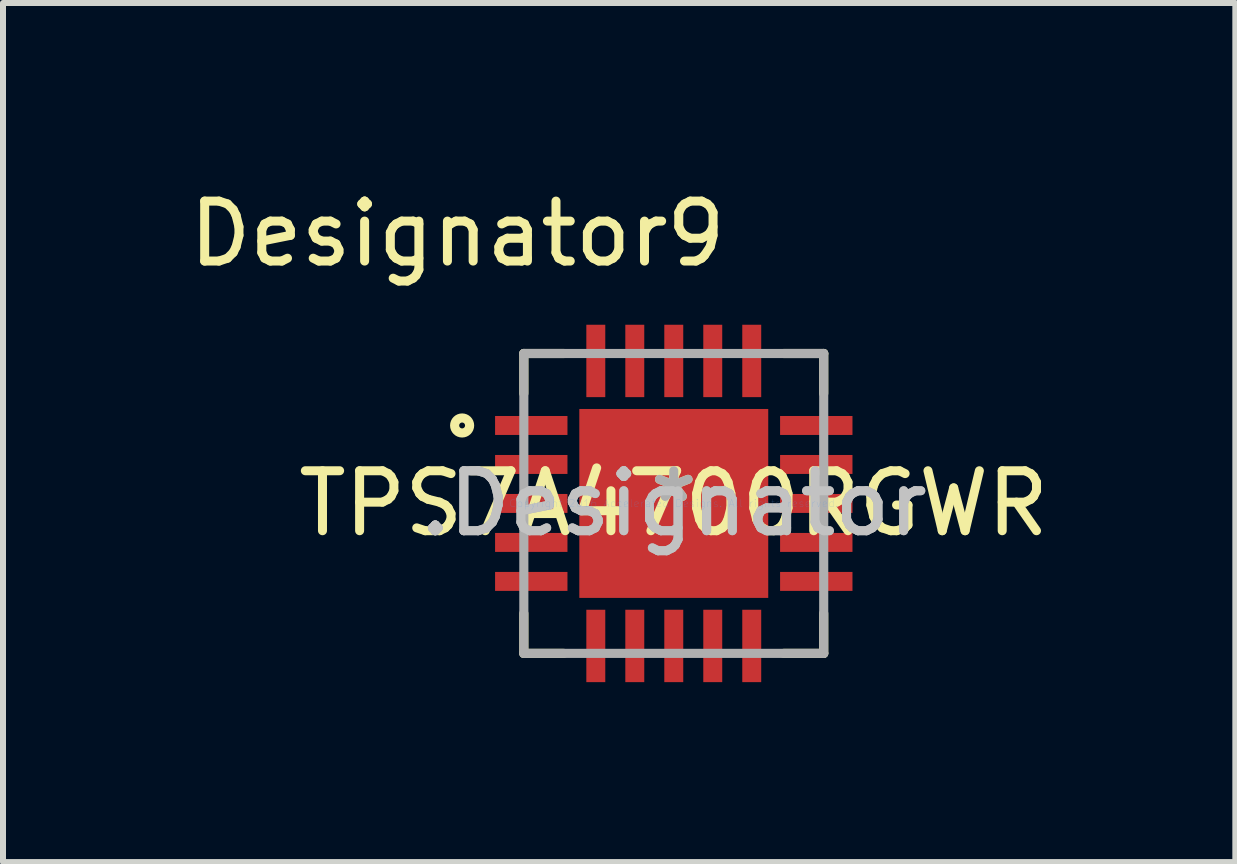
<source format=kicad_pcb>
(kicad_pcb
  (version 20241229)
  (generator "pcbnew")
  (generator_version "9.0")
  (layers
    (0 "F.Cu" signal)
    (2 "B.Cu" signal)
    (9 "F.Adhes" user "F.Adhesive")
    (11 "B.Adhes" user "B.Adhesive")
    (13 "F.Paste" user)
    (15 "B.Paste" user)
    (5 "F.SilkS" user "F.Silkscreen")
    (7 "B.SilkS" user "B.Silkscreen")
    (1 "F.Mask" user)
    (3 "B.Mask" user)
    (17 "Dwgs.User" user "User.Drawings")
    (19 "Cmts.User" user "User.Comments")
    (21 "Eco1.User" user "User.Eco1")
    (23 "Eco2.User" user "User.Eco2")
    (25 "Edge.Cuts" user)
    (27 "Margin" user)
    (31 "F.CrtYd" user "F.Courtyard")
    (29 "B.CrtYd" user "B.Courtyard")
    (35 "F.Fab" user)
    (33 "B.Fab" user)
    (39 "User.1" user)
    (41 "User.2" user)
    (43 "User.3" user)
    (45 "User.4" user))
  (footprint "TPS7A4700RGWR"
    (layer "F.Cu")
    (at 8.184 5.344)
    (property "Reference" "TPS7A4700RGWR" (at 0 0 0) (layer "F.SilkS") (effects (font (size 1 1) (thickness 0.15))))
    (attr through_hole)
    (fp_line (start -2.5 -2.5) (end -1.833 -2.5) (stroke (width 0.152) (type solid)) (layer "F.SilkS"))
    (fp_line (start -2.5 -1.833) (end -2.5 -2.5) (stroke (width 0.152) (type solid)) (layer "F.SilkS"))
    (fp_line (start -2.5 2.5) (end -2.5 1.833) (stroke (width 0.152) (type solid)) (layer "F.SilkS"))
    (fp_line (start -2.5 2.5) (end -1.833 2.5) (stroke (width 0.152) (type solid)) (layer "F.SilkS"))
    (fp_line (start 1.833 -2.5) (end 2.5 -2.5) (stroke (width 0.152) (type solid)) (layer "F.SilkS"))
    (fp_line (start 1.833 2.5) (end 2.5 2.5) (stroke (width 0.152) (type solid)) (layer "F.SilkS"))
    (fp_line (start 2.5 -1.833) (end 2.5 -2.5) (stroke (width 0.152) (type solid)) (layer "F.SilkS"))
    (fp_line (start 2.5 2.5) (end 2.5 1.833) (stroke (width 0.152) (type solid)) (layer "F.SilkS"))
    (fp_circle (center -3.529 -1.3) (end -3.404 -1.3) (stroke (width 0.152) (type solid)) (fill no) (layer "F.SilkS"))
    (fp_line (start -0.996 -0.996) (end -0.996 0.996) (stroke (width 0.152) (type solid)) (layer "F.Paste"))
    (fp_line (start -0.996 0.996) (end 0.996 0.996) (stroke (width 0.152) (type solid)) (layer "F.Paste"))
    (fp_line (start 0.996 -0.996) (end -0.996 -0.996) (stroke (width 0.152) (type solid)) (layer "F.Paste"))
    (fp_line (start 0.996 0.996) (end 0.996 -0.996) (stroke (width 0.152) (type solid)) (layer "F.Paste"))
    (fp_line (start -2.5 -2.5) (end 2.5 -2.5) (stroke (width 0.152) (type solid)) (layer "F.Fab"))
    (fp_line (start -2.5 2.5) (end -2.5 -2.5) (stroke (width 0.152) (type solid)) (layer "F.Fab"))
    (fp_line (start -2.5 2.5) (end 2.5 2.5) (stroke (width 0.152) (type solid)) (layer "F.Fab"))
    (fp_line (start 2.5 2.5) (end 2.5 -2.5) (stroke (width 0.152) (type solid)) (layer "F.Fab"))
    (fp_text user "Designator9" (at -3.607 -4.496 0) (layer "F.SilkS") (effects (font (size 1 1) (thickness 0.15))))
    (fp_text user "*" (at 0 0 0) (layer "F.SilkS") (effects (font (size 1 1) (thickness 0.15))))
    (fp_text user ".Designator" (at 0 0 0) (layer "Dwgs.User") (effects (font (size 1 1) (thickness 0.15))))
    (fp_text user "Copyright 2016 Accelerated Designs. All rights reserved." (at 0 0 0) (layer "Cmts.User") (effects (font (size 0.127 0.127) (thickness 0.002))))
    (fp_text user ".Designator" (at 0 0 0) (layer "F.Fab") (effects (font (size 1 1) (thickness 0.15))))
    (fp_text user "*" (at 0 0 0) (layer "F.Fab") (effects (font (size 1 1) (thickness 0.15))))
    (pad "1" smd rect (at -2.376 -1.3 90) (size 0.316 1.207) (layers "F.Cu" "F.Mask" "F.Paste"))
    (pad "2" smd rect (at -2.376 -0.65 90) (size 0.316 1.207) (layers "F.Cu" "F.Mask" "F.Paste"))
    (pad "3" smd rect (at -2.376 0 90) (size 0.316 1.207) (layers "F.Cu" "F.Mask" "F.Paste"))
    (pad "4" smd rect (at -2.376 0.65 90) (size 0.316 1.207) (layers "F.Cu" "F.Mask" "F.Paste"))
    (pad "5" smd rect (at -2.376 1.3 90) (size 0.316 1.207) (layers "F.Cu" "F.Mask" "F.Paste"))
    (pad "6" smd rect (at -1.3 2.376) (size 0.316 1.207) (layers "F.Cu" "F.Mask" "F.Paste"))
    (pad "7" smd rect (at -0.65 2.376) (size 0.316 1.207) (layers "F.Cu" "F.Mask" "F.Paste"))
    (pad "8" smd rect (at 0 2.376) (size 0.316 1.207) (layers "F.Cu" "F.Mask" "F.Paste"))
    (pad "9" smd rect (at 0.65 2.376) (size 0.316 1.207) (layers "F.Cu" "F.Mask" "F.Paste"))
    (pad "10" smd rect (at 1.3 2.376) (size 0.316 1.207) (layers "F.Cu" "F.Mask" "F.Paste"))
    (pad "11" smd rect (at 2.376 1.3 90) (size 0.316 1.207) (layers "F.Cu" "F.Mask" "F.Paste"))
    (pad "12" smd rect (at 2.376 0.65 90) (size 0.316 1.207) (layers "F.Cu" "F.Mask" "F.Paste"))
    (pad "13" smd rect (at 2.376 0 90) (size 0.316 1.207) (layers "F.Cu" "F.Mask" "F.Paste"))
    (pad "14" smd rect (at 2.376 -0.65 90) (size 0.316 1.207) (layers "F.Cu" "F.Mask" "F.Paste"))
    (pad "15" smd rect (at 2.376 -1.3 90) (size 0.316 1.207) (layers "F.Cu" "F.Mask" "F.Paste"))
    (pad "16" smd rect (at 1.3 -2.376) (size 0.316 1.207) (layers "F.Cu" "F.Mask" "F.Paste"))
    (pad "17" smd rect (at 0.65 -2.376) (size 0.316 1.207) (layers "F.Cu" "F.Mask" "F.Paste"))
    (pad "18" smd rect (at 0 -2.376) (size 0.316 1.207) (layers "F.Cu" "F.Mask" "F.Paste"))
    (pad "19" smd rect (at -0.65 -2.376) (size 0.316 1.207) (layers "F.Cu" "F.Mask" "F.Paste"))
    (pad "20" smd rect (at -1.3 -2.376) (size 0.316 1.207) (layers "F.Cu" "F.Mask" "F.Paste"))
    (pad "21" smd rect (at 0 0) (size 3.15 3.15) (layers "F.Cu" "F.Mask" "F.Paste")))
  (gr_rect
    (start -3 -3)
    (end 17.547 11.323)
    (stroke (width 0.1) (type default))
    (fill no)
    (layer "Edge.Cuts")))
</source>
